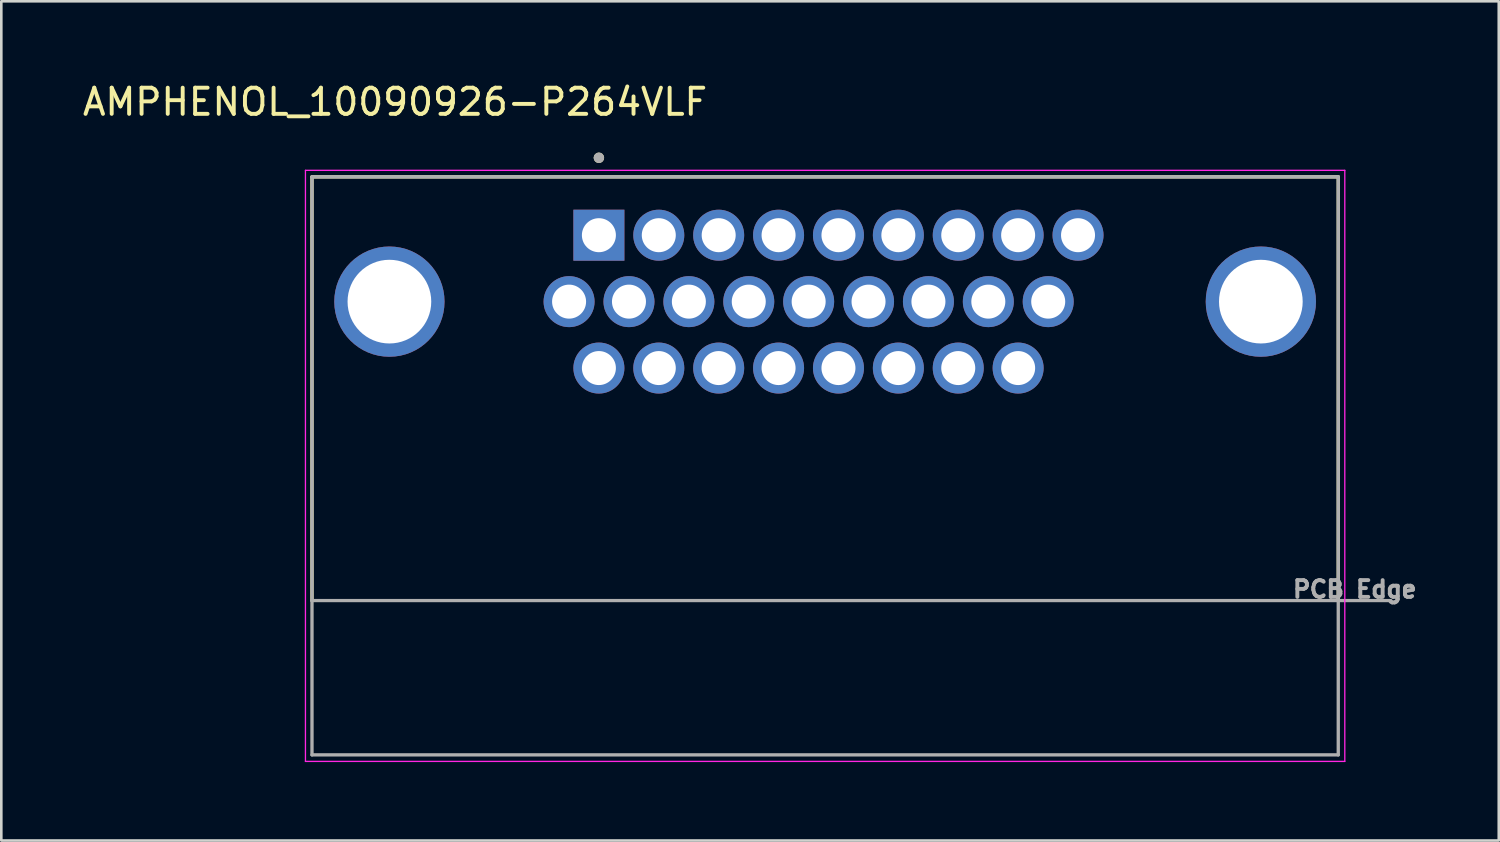
<source format=kicad_pcb>
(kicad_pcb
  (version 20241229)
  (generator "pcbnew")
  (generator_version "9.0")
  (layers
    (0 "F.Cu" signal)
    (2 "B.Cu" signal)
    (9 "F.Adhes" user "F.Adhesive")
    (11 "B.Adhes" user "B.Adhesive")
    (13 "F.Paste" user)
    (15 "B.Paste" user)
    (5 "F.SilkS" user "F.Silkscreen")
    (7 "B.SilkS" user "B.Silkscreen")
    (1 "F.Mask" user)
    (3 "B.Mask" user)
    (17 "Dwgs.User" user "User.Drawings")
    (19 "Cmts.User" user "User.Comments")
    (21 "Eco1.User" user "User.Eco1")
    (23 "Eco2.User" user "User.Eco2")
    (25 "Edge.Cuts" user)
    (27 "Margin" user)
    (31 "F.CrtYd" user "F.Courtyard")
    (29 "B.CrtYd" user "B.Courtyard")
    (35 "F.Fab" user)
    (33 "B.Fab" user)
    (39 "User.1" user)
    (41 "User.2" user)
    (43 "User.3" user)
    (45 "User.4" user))
  (footprint "AMPHENOL_10090926-P264VLF"
    (layer "F.Cu")
    (at 28.499 8.483)
    (property "Reference" "AMPHENOL_10090926-P264VLF" (at -16.445 -7.635 0) (layer "F.SilkS") (effects (font (size 1 1) (thickness 0.15))))
    (attr through_hole)
    (fp_line (start -19.62 -4.77) (end 19.62 -4.77) (stroke (width 0.127) (type solid)) (layer "F.SilkS"))
    (fp_line (start -19.62 11.43) (end -19.62 -4.77) (stroke (width 0.127) (type solid)) (layer "F.SilkS"))
    (fp_line (start 19.62 -4.77) (end 19.62 11.43) (stroke (width 0.127) (type solid)) (layer "F.SilkS"))
    (fp_circle (center -8.65 -5.5) (end -8.55 -5.5) (stroke (width 0.2) (type solid)) (fill no) (layer "F.SilkS"))
    (fp_line (start -19.87 -5.02) (end 19.87 -5.02) (stroke (width 0.05) (type solid)) (layer "F.CrtYd"))
    (fp_line (start -19.87 17.58) (end -19.87 -5.02) (stroke (width 0.05) (type solid)) (layer "F.CrtYd"))
    (fp_line (start 19.87 -5.02) (end 19.87 17.58) (stroke (width 0.05) (type solid)) (layer "F.CrtYd"))
    (fp_line (start 19.87 17.58) (end -19.87 17.58) (stroke (width 0.05) (type solid)) (layer "F.CrtYd"))
    (fp_line (start -19.62 -4.77) (end 19.62 -4.77) (stroke (width 0.127) (type solid)) (layer "F.Fab"))
    (fp_line (start -19.62 11.43) (end -19.62 -4.77) (stroke (width 0.127) (type solid)) (layer "F.Fab"))
    (fp_line (start -19.62 11.43) (end -19.62 17.33) (stroke (width 0.127) (type solid)) (layer "F.Fab"))
    (fp_line (start -19.62 11.43) (end 21.63 11.43) (stroke (width 0.127) (type solid)) (layer "F.Fab"))
    (fp_line (start -19.62 17.33) (end 19.62 17.33) (stroke (width 0.127) (type solid)) (layer "F.Fab"))
    (fp_line (start 19.62 -4.77) (end 19.62 17.33) (stroke (width 0.127) (type solid)) (layer "F.Fab"))
    (fp_circle (center -8.65 -5.5) (end -8.55 -5.5) (stroke (width 0.2) (type solid)) (fill no) (layer "F.Fab"))
    (fp_text user "PCB Edge" (at 20.25 11 0) (layer "F.Fab") (effects (font (size 0.64 0.64) (thickness 0.15))))
    (pad "1" thru_hole rect (at -8.65 -2.54) (size 1.95 1.95) (drill 1.3) (layers "*.Cu" "*.Mask"))
    (pad "2" thru_hole circle (at -6.36 -2.54) (size 1.95 1.95) (drill 1.3) (layers "*.Cu" "*.Mask"))
    (pad "3" thru_hole circle (at -4.07 -2.54) (size 1.95 1.95) (drill 1.3) (layers "*.Cu" "*.Mask"))
    (pad "4" thru_hole circle (at -1.78 -2.54) (size 1.95 1.95) (drill 1.3) (layers "*.Cu" "*.Mask"))
    (pad "5" thru_hole circle (at 0.51 -2.54) (size 1.95 1.95) (drill 1.3) (layers "*.Cu" "*.Mask"))
    (pad "6" thru_hole circle (at 2.8 -2.54) (size 1.95 1.95) (drill 1.3) (layers "*.Cu" "*.Mask"))
    (pad "7" thru_hole circle (at 5.09 -2.54) (size 1.95 1.95) (drill 1.3) (layers "*.Cu" "*.Mask"))
    (pad "8" thru_hole circle (at 7.38 -2.54) (size 1.95 1.95) (drill 1.3) (layers "*.Cu" "*.Mask"))
    (pad "9" thru_hole circle (at 9.67 -2.54) (size 1.95 1.95) (drill 1.3) (layers "*.Cu" "*.Mask"))
    (pad "10" thru_hole circle (at -9.79 0) (size 1.95 1.95) (drill 1.3) (layers "*.Cu" "*.Mask"))
    (pad "11" thru_hole circle (at -7.5 0) (size 1.95 1.95) (drill 1.3) (layers "*.Cu" "*.Mask"))
    (pad "12" thru_hole circle (at -5.21 0) (size 1.95 1.95) (drill 1.3) (layers "*.Cu" "*.Mask"))
    (pad "13" thru_hole circle (at -2.92 0) (size 1.95 1.95) (drill 1.3) (layers "*.Cu" "*.Mask"))
    (pad "14" thru_hole circle (at -0.63 0) (size 1.95 1.95) (drill 1.3) (layers "*.Cu" "*.Mask"))
    (pad "15" thru_hole circle (at 1.66 0) (size 1.95 1.95) (drill 1.3) (layers "*.Cu" "*.Mask"))
    (pad "16" thru_hole circle (at 3.95 0) (size 1.95 1.95) (drill 1.3) (layers "*.Cu" "*.Mask"))
    (pad "17" thru_hole circle (at 6.24 0) (size 1.95 1.95) (drill 1.3) (layers "*.Cu" "*.Mask"))
    (pad "18" thru_hole circle (at 8.53 0) (size 1.95 1.95) (drill 1.3) (layers "*.Cu" "*.Mask"))
    (pad "19" thru_hole circle (at -8.65 2.54) (size 1.95 1.95) (drill 1.3) (layers "*.Cu" "*.Mask"))
    (pad "20" thru_hole circle (at -6.36 2.54) (size 1.95 1.95) (drill 1.3) (layers "*.Cu" "*.Mask"))
    (pad "21" thru_hole circle (at -4.07 2.54) (size 1.95 1.95) (drill 1.3) (layers "*.Cu" "*.Mask"))
    (pad "22" thru_hole circle (at -1.78 2.54) (size 1.95 1.95) (drill 1.3) (layers "*.Cu" "*.Mask"))
    (pad "23" thru_hole circle (at 0.51 2.54) (size 1.95 1.95) (drill 1.3) (layers "*.Cu" "*.Mask"))
    (pad "24" thru_hole circle (at 2.8 2.54) (size 1.95 1.95) (drill 1.3) (layers "*.Cu" "*.Mask"))
    (pad "25" thru_hole circle (at 5.09 2.54) (size 1.95 1.95) (drill 1.3) (layers "*.Cu" "*.Mask"))
    (pad "26" thru_hole circle (at 7.38 2.54) (size 1.95 1.95) (drill 1.3) (layers "*.Cu" "*.Mask"))
    (pad "SH1" thru_hole circle (at -16.66 0) (size 4.216 4.216) (drill 3.2) (layers "*.Cu" "*.Mask"))
    (pad "SH2" thru_hole circle (at 16.66 0) (size 4.216 4.216) (drill 3.2) (layers "*.Cu" "*.Mask")))
  (gr_rect
    (start -3 -3)
    (end 54.256 29.088)
    (stroke (width 0.1) (type default))
    (fill no)
    (layer "Edge.Cuts")))
</source>
